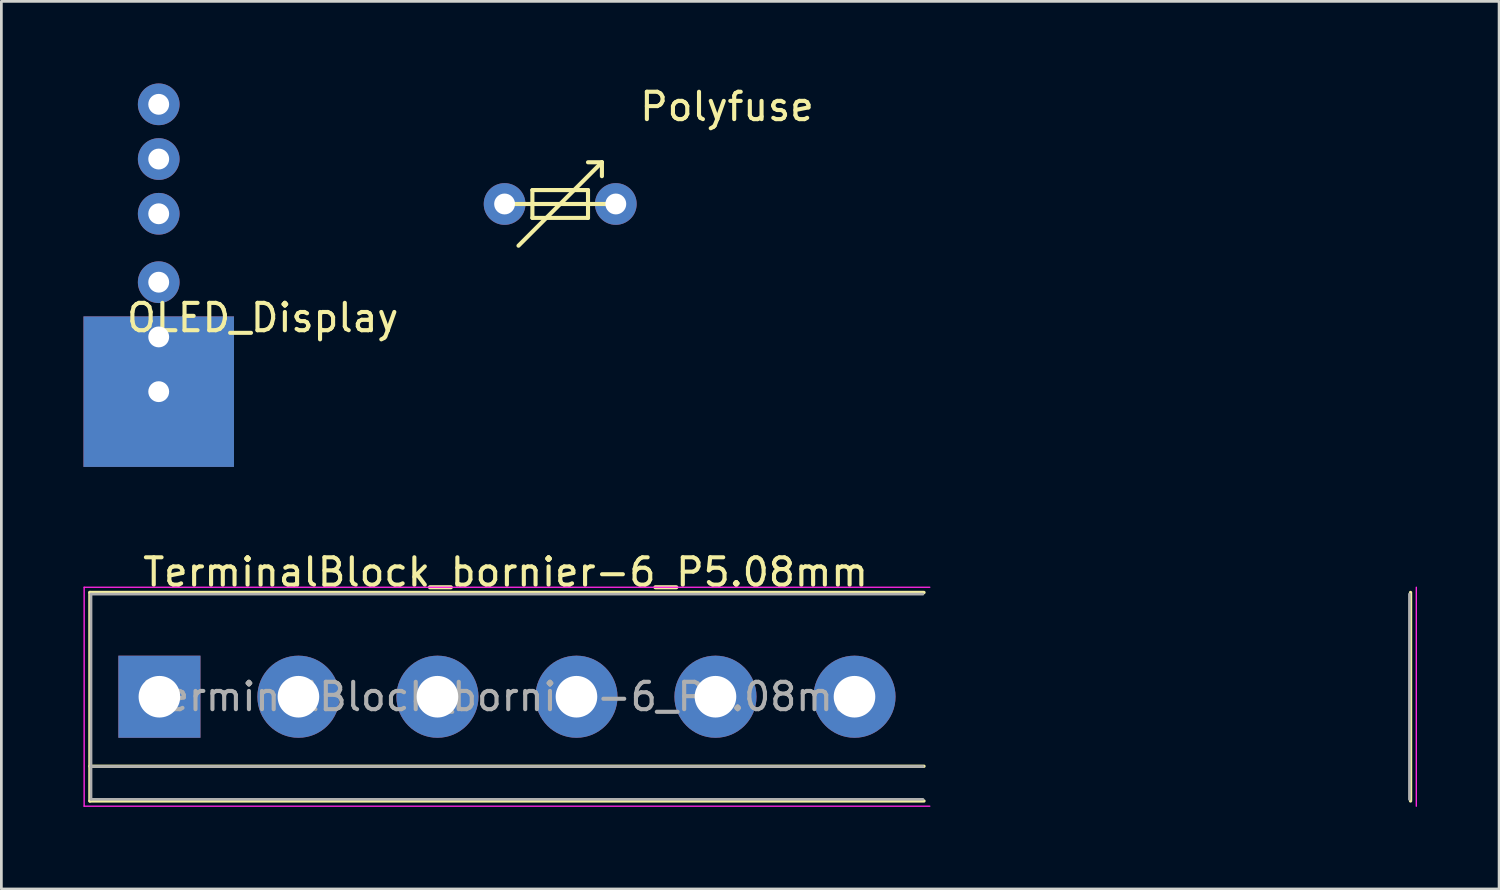
<source format=kicad_pcb>
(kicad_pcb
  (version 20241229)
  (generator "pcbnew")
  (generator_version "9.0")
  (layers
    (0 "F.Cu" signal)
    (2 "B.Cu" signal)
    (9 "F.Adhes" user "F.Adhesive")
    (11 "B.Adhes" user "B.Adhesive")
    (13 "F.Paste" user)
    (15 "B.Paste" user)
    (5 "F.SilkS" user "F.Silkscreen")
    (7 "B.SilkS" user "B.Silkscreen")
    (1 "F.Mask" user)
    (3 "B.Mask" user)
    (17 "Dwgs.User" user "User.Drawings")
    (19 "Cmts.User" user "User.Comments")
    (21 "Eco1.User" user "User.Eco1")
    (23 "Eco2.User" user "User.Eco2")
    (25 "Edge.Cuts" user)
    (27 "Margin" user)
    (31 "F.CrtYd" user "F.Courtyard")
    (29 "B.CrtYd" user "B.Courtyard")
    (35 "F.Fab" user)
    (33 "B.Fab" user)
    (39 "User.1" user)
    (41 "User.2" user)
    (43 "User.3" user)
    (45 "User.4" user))
  (footprint "Polyfuse"
    (layer "F.Cu")
    (at 17.421 4.404)
    (property "Reference" "Polyfuse" (at 6.096 -3.556 0) (layer "F.SilkS") (effects (font (size 1 1) (thickness 0.15))))
    (attr through_hole)
    (fp_line (start -2.032 0) (end -1.016 0) (stroke (width 0.15) (type solid)) (layer "F.SilkS"))
    (fp_line (start -1.524 1.524) (end 1.524 -1.524) (stroke (width 0.15) (type solid)) (layer "F.SilkS"))
    (fp_line (start -1.016 -0.508) (end -1.016 0.508) (stroke (width 0.15) (type solid)) (layer "F.SilkS"))
    (fp_line (start -1.016 0) (end 2.032 0) (stroke (width 0.15) (type solid)) (layer "F.SilkS"))
    (fp_line (start -1.016 0.508) (end 1.016 0.508) (stroke (width 0.15) (type solid)) (layer "F.SilkS"))
    (fp_line (start 1.016 -1.524) (end 1.524 -1.524) (stroke (width 0.15) (type solid)) (layer "F.SilkS"))
    (fp_line (start 1.016 -0.508) (end -1.016 -0.508) (stroke (width 0.15) (type solid)) (layer "F.SilkS"))
    (fp_line (start 1.016 0.508) (end 1.016 -0.508) (stroke (width 0.15) (type solid)) (layer "F.SilkS"))
    (fp_line (start 1.524 -1.016) (end 1.524 -1.524) (stroke (width 0.15) (type solid)) (layer "F.SilkS"))
    (pad "1" thru_hole circle (at -2.032 0) (size 1.524 1.524) (drill 0.762) (layers "*.Cu" "*.Mask"))
    (pad "2" thru_hole circle (at 2.032 0) (size 1.524 1.524) (drill 0.762) (layers "*.Cu" "*.Mask")))
  (footprint "TerminalBlock_bornier-6_P5.08mm"
    (layer "F.Cu")
    (at 2.775 22.41)
    (property "Reference" "TerminalBlock_bornier-6_P5.08mm" (at 12.65 -4.55 0) (layer "F.SilkS") (effects (font (size 1 1) (thickness 0.15))))
    (attr through_hole)
    (fp_line (start -2.54 -3.81) (end -2.54 3.81) (stroke (width 0.12) (type solid)) (layer "F.SilkS"))
    (fp_line (start -2.54 -3.81) (end 27.94 -3.81) (stroke (width 0.12) (type solid)) (layer "F.SilkS"))
    (fp_line (start -2.54 2.54) (end 27.94 2.54) (stroke (width 0.12) (type solid)) (layer "F.SilkS"))
    (fp_line (start -2.54 3.81) (end 27.94 3.81) (stroke (width 0.12) (type solid)) (layer "F.SilkS"))
    (fp_line (start 45.72 3.81) (end 45.72 -3.81) (stroke (width 0.12) (type solid)) (layer "F.SilkS"))
    (fp_line (start -2.75 -4) (end -2.75 4) (stroke (width 0.05) (type solid)) (layer "F.CrtYd"))
    (fp_line (start -2.75 -4) (end 28.15 -4) (stroke (width 0.05) (type solid)) (layer "F.CrtYd"))
    (fp_line (start 28.15 4) (end -2.75 4) (stroke (width 0.05) (type solid)) (layer "F.CrtYd"))
    (fp_line (start 45.93 4) (end 45.93 -4) (stroke (width 0.05) (type solid)) (layer "F.CrtYd"))
    (fp_line (start -2.5 -3.75) (end -2.5 3.75) (stroke (width 0.1) (type solid)) (layer "F.Fab"))
    (fp_line (start -2.5 2.55) (end 27.9 2.55) (stroke (width 0.1) (type solid)) (layer "F.Fab"))
    (fp_line (start -2.5 3.75) (end 27.9 3.75) (stroke (width 0.1) (type solid)) (layer "F.Fab"))
    (fp_line (start 27.9 -3.75) (end -2.5 -3.75) (stroke (width 0.1) (type solid)) (layer "F.Fab"))
    (fp_line (start 45.68 3.75) (end 45.68 -3.75) (stroke (width 0.1) (type solid)) (layer "F.Fab"))
    (fp_text user "${REFERENCE}" (at 12.7 0 0) (layer "F.Fab") (effects (font (size 1 1) (thickness 0.15))))
    (pad "1" thru_hole rect (at 0 0) (size 3 3) (drill 1.52) (layers "*.Cu" "*.Mask"))
    (pad "2" thru_hole circle (at 5.08 0) (size 3 3) (drill 1.52) (layers "*.Cu" "*.Mask"))
    (pad "3" thru_hole circle (at 10.16 0) (size 3 3) (drill 1.52) (layers "*.Cu" "*.Mask"))
    (pad "4" thru_hole circle (at 15.24 0) (size 3 3) (drill 1.52) (layers "*.Cu" "*.Mask"))
    (pad "5" thru_hole circle (at 20.32 0) (size 3 3) (drill 1.52) (layers "*.Cu" "*.Mask"))
    (pad "6" thru_hole circle (at 25.4 0) (size 3 3) (drill 1.52) (layers "*.Cu" "*.Mask")))
  (footprint "OLED_Display"
    (layer "F.Cu")
    (at 6.25 4.762)
    (property "Reference" "OLED_Display" (at 0.3 3.8 0) (layer "F.SilkS") (effects (font (size 1 1) (thickness 0.15))))
    (attr through_hole)
    (pad "" np_thru_hole rect (at -3.5 6.5) (size 5.5 5.5) (drill 0.762) (layers "*.Cu" "*.Mask"))
    (pad "1" thru_hole circle (at -3.5 -4) (size 1.524 1.524) (drill 0.762) (layers "*.Cu" "*.Mask"))
    (pad "2" thru_hole circle (at -3.5 -2) (size 1.524 1.524) (drill 0.762) (layers "*.Cu" "*.Mask"))
    (pad "3" thru_hole circle (at -3.5 0) (size 1.524 1.524) (drill 0.762) (layers "*.Cu" "*.Mask"))
    (pad "4" thru_hole circle (at -3.5 2.5) (size 1.524 1.524) (drill 0.762) (layers "*.Cu" "*.Mask"))
    (pad "5" thru_hole circle (at -3.5 4.5) (size 1.524 1.524) (drill 0.762) (layers "*.Cu" "*.Mask")))
  (gr_rect
    (start -3 -3)
    (end 51.73 29.435)
    (stroke (width 0.1) (type default))
    (fill no)
    (layer "Edge.Cuts")))
</source>
